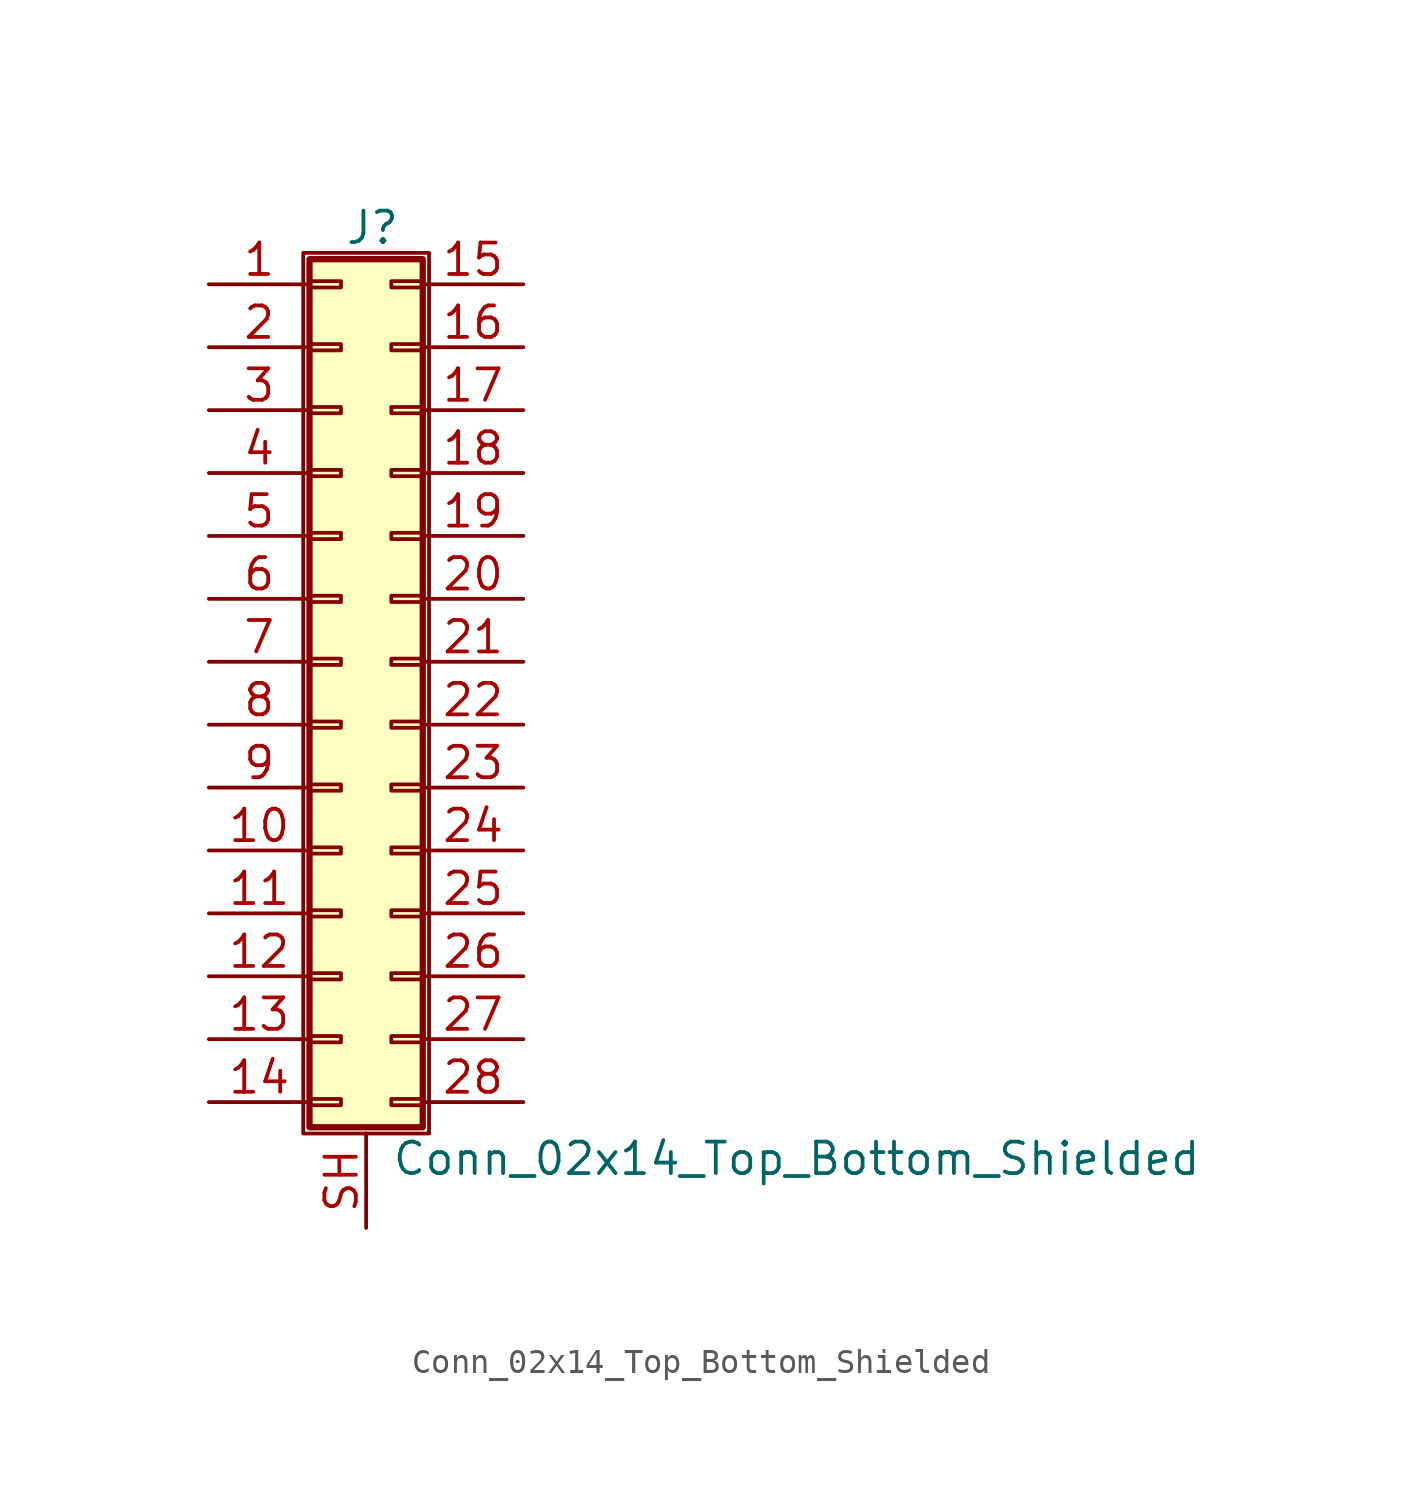
<source format=kicad_sym>
(kicad_symbol_lib
  (version 20201005)
  (generator kicad_symbol_editor)
  (symbol "Connector_Generic_Shielded:Conn_02x14_Top_Bottom_Shielded"
    (pin_names
      (offset 1.016) hide)
    (property "Reference" "J"
      (at 1.524 17.526 0)
      (effects (font (size 1.27 1.27))))
    (property "Value" "Conn_02x14_Top_Bottom_Shielded"
      (at 2.286 -20.066 0)
      (effects (font (size 1.27 1.27)) (justify left)))
    (symbol "Conn_02x14_Top_Bottom_Shielded_1_1"
      (rectangle (start -1.016 -4.953) (end 0.254 -5.207) (stroke (width 0.152)) (fill (type none)))
      (rectangle (start -1.016 -7.493) (end 0.254 -7.747) (stroke (width 0.152)) (fill (type none)))
      (rectangle (start -1.016 -10.033) (end 0.254 -10.287) (stroke (width 0.152)) (fill (type none)))
      (rectangle (start -1.016 -12.573) (end 0.254 -12.827) (stroke (width 0.152)) (fill (type none)))
      (rectangle (start -1.016 -15.113) (end 0.254 -15.367) (stroke (width 0.152)) (fill (type none)))
      (rectangle (start -1.016 -17.653) (end 0.254 -17.907) (stroke (width 0.152)) (fill (type none)))
      (rectangle (start -1.016 -2.413) (end 0.254 -2.667) (stroke (width 0.152)) (fill (type none)))
      (rectangle (start -1.016 2.667) (end 0.254 2.413) (stroke (width 0.152)) (fill (type none)))
      (rectangle (start -1.016 5.207) (end 0.254 4.953) (stroke (width 0.152)) (fill (type none)))
      (rectangle (start -1.016 7.747) (end 0.254 7.493) (stroke (width 0.152)) (fill (type none)))
      (rectangle (start -1.016 10.287) (end 0.254 10.033) (stroke (width 0.152)) (fill (type none)))
      (rectangle (start -1.016 0.127) (end 0.254 -0.127) (stroke (width 0.152)) (fill (type none)))
      (rectangle (start -1.016 12.827) (end 0.254 12.573) (stroke (width 0.152)) (fill (type none)))
      (rectangle (start -1.016 15.367) (end 0.254 15.113) (stroke (width 0.152)) (fill (type none)))
      (rectangle (start -1.016 16.256) (end 3.556 -18.796) (stroke (width 0.254)) (fill (type background)))
      (rectangle (start -1.27 16.51) (end 3.81 -19.05) (stroke (width 0.152)) (fill (type none)))
      (rectangle (start 3.556 -4.953) (end 2.286 -5.207) (stroke (width 0.152)) (fill (type none)))
      (rectangle (start 3.556 -7.493) (end 2.286 -7.747) (stroke (width 0.152)) (fill (type none)))
      (rectangle (start 3.556 -10.033) (end 2.286 -10.287) (stroke (width 0.152)) (fill (type none)))
      (rectangle (start 3.556 -12.573) (end 2.286 -12.827) (stroke (width 0.152)) (fill (type none)))
      (rectangle (start 3.556 -15.113) (end 2.286 -15.367) (stroke (width 0.152)) (fill (type none)))
      (rectangle (start 3.556 -17.653) (end 2.286 -17.907) (stroke (width 0.152)) (fill (type none)))
      (rectangle (start 3.556 -2.413) (end 2.286 -2.667) (stroke (width 0.152)) (fill (type none)))
      (rectangle (start 3.556 2.667) (end 2.286 2.413) (stroke (width 0.152)) (fill (type none)))
      (rectangle (start 3.556 5.207) (end 2.286 4.953) (stroke (width 0.152)) (fill (type none)))
      (rectangle (start 3.556 7.747) (end 2.286 7.493) (stroke (width 0.152)) (fill (type none)))
      (rectangle (start 3.556 10.287) (end 2.286 10.033) (stroke (width 0.152)) (fill (type none)))
      (rectangle (start 3.556 0.127) (end 2.286 -0.127) (stroke (width 0.152)) (fill (type none)))
      (rectangle (start 3.556 12.827) (end 2.286 12.573) (stroke (width 0.152)) (fill (type none)))
      (rectangle (start 3.556 15.367) (end 2.286 15.113) (stroke (width 0.152)) (fill (type none)))
      (pin passive line (at -5.08 15.24 0) (length 4.064) (name "Pin_1" (effects (font (size 1.27 1.27)))) (number "1" (effects (font (size 1.27 1.27)))))
      (pin passive line (at -5.08 -7.62 0) (length 4.064) (name "Pin_10" (effects (font (size 1.27 1.27)))) (number "10" (effects (font (size 1.27 1.27)))))
      (pin passive line (at -5.08 -10.16 0) (length 4.064) (name "Pin_11" (effects (font (size 1.27 1.27)))) (number "11" (effects (font (size 1.27 1.27)))))
      (pin passive line (at -5.08 -12.7 0) (length 4.064) (name "Pin_12" (effects (font (size 1.27 1.27)))) (number "12" (effects (font (size 1.27 1.27)))))
      (pin passive line (at -5.08 -15.24 0) (length 4.064) (name "Pin_13" (effects (font (size 1.27 1.27)))) (number "13" (effects (font (size 1.27 1.27)))))
      (pin passive line (at -5.08 -17.78 0) (length 4.064) (name "Pin_14" (effects (font (size 1.27 1.27)))) (number "14" (effects (font (size 1.27 1.27)))))
      (pin passive line (at 7.62 15.24 180) (length 4.064) (name "Pin_15" (effects (font (size 1.27 1.27)))) (number "15" (effects (font (size 1.27 1.27)))))
      (pin passive line (at 7.62 12.7 180) (length 4.064) (name "Pin_16" (effects (font (size 1.27 1.27)))) (number "16" (effects (font (size 1.27 1.27)))))
      (pin passive line (at 7.62 10.16 180) (length 4.064) (name "Pin_17" (effects (font (size 1.27 1.27)))) (number "17" (effects (font (size 1.27 1.27)))))
      (pin passive line (at 7.62 7.62 180) (length 4.064) (name "Pin_18" (effects (font (size 1.27 1.27)))) (number "18" (effects (font (size 1.27 1.27)))))
      (pin passive line (at 7.62 5.08 180) (length 4.064) (name "Pin_19" (effects (font (size 1.27 1.27)))) (number "19" (effects (font (size 1.27 1.27)))))
      (pin passive line (at -5.08 12.7 0) (length 4.064) (name "Pin_2" (effects (font (size 1.27 1.27)))) (number "2" (effects (font (size 1.27 1.27)))))
      (pin passive line (at 7.62 2.54 180) (length 4.064) (name "Pin_20" (effects (font (size 1.27 1.27)))) (number "20" (effects (font (size 1.27 1.27)))))
      (pin passive line (at 7.62 0 180) (length 4.064) (name "Pin_21" (effects (font (size 1.27 1.27)))) (number "21" (effects (font (size 1.27 1.27)))))
      (pin passive line (at 7.62 -2.54 180) (length 4.064) (name "Pin_22" (effects (font (size 1.27 1.27)))) (number "22" (effects (font (size 1.27 1.27)))))
      (pin passive line (at 7.62 -5.08 180) (length 4.064) (name "Pin_23" (effects (font (size 1.27 1.27)))) (number "23" (effects (font (size 1.27 1.27)))))
      (pin passive line (at 7.62 -7.62 180) (length 4.064) (name "Pin_24" (effects (font (size 1.27 1.27)))) (number "24" (effects (font (size 1.27 1.27)))))
      (pin passive line (at 7.62 -10.16 180) (length 4.064) (name "Pin_25" (effects (font (size 1.27 1.27)))) (number "25" (effects (font (size 1.27 1.27)))))
      (pin passive line (at 7.62 -12.7 180) (length 4.064) (name "Pin_26" (effects (font (size 1.27 1.27)))) (number "26" (effects (font (size 1.27 1.27)))))
      (pin passive line (at 7.62 -15.24 180) (length 4.064) (name "Pin_27" (effects (font (size 1.27 1.27)))) (number "27" (effects (font (size 1.27 1.27)))))
      (pin passive line (at 7.62 -17.78 180) (length 4.064) (name "Pin_28" (effects (font (size 1.27 1.27)))) (number "28" (effects (font (size 1.27 1.27)))))
      (pin passive line (at -5.08 10.16 0) (length 4.064) (name "Pin_3" (effects (font (size 1.27 1.27)))) (number "3" (effects (font (size 1.27 1.27)))))
      (pin passive line (at -5.08 7.62 0) (length 4.064) (name "Pin_4" (effects (font (size 1.27 1.27)))) (number "4" (effects (font (size 1.27 1.27)))))
      (pin passive line (at -5.08 5.08 0) (length 4.064) (name "Pin_5" (effects (font (size 1.27 1.27)))) (number "5" (effects (font (size 1.27 1.27)))))
      (pin passive line (at -5.08 2.54 0) (length 4.064) (name "Pin_6" (effects (font (size 1.27 1.27)))) (number "6" (effects (font (size 1.27 1.27)))))
      (pin passive line (at -5.08 0 0) (length 4.064) (name "Pin_7" (effects (font (size 1.27 1.27)))) (number "7" (effects (font (size 1.27 1.27)))))
      (pin passive line (at -5.08 -2.54 0) (length 4.064) (name "Pin_8" (effects (font (size 1.27 1.27)))) (number "8" (effects (font (size 1.27 1.27)))))
      (pin passive line (at -5.08 -5.08 0) (length 4.064) (name "Pin_9" (effects (font (size 1.27 1.27)))) (number "9" (effects (font (size 1.27 1.27)))))
      (pin passive line (at 1.27 -22.86 90) (length 3.81) (name "Shield" (effects (font (size 1.27 1.27)))) (number "SH" (effects (font (size 1.27 1.27))))))))
</source>
